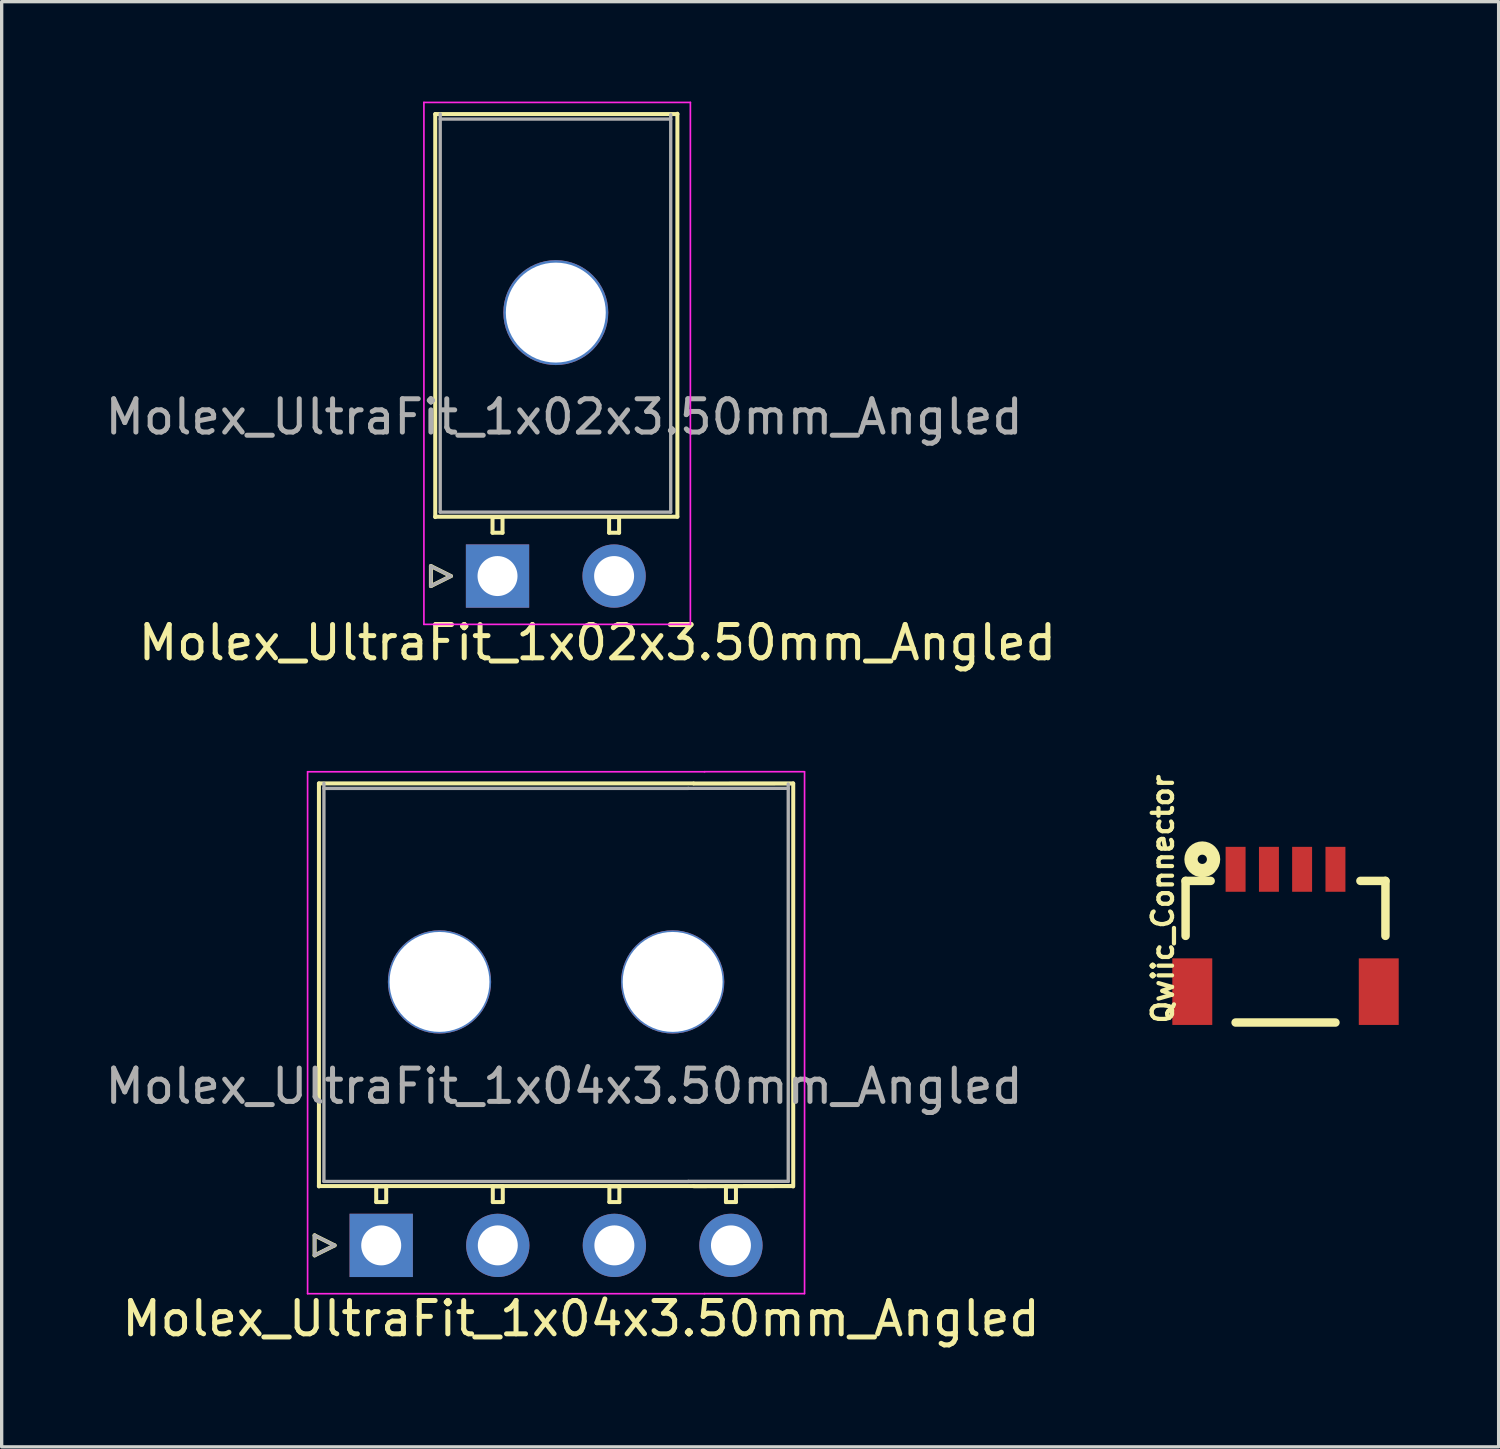
<source format=kicad_pcb>
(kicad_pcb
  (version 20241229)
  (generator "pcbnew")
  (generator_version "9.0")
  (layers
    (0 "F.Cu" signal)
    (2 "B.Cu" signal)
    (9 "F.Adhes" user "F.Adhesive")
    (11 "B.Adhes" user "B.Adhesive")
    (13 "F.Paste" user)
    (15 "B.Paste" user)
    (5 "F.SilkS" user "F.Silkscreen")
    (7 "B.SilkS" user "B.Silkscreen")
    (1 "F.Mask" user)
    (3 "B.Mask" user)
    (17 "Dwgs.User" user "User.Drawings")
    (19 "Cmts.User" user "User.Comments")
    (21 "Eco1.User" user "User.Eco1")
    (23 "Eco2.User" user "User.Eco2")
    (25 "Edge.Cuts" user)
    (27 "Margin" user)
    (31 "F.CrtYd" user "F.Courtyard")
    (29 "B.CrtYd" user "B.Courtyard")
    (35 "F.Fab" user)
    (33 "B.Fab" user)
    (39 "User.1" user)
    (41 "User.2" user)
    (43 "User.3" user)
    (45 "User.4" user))
  (footprint "Qwiic_Connector"
    (layer "F.Cu")
    (at 35.545 23.049)
    (property "Reference" "Qwiic_Connector" (at -3.683 0.889 90) (layer "F.SilkS") (effects (font (size 0.61 0.61) (thickness 0.127))))
    (attr smd)
    (fp_line (start -3 0.348) (end -2.248 0.348) (stroke (width 0.254) (type solid)) (layer "F.SilkS"))
    (fp_line (start -3 1.999) (end -3 0.348) (stroke (width 0.254) (type solid)) (layer "F.SilkS"))
    (fp_line (start -1.499 4.6) (end 1.499 4.6) (stroke (width 0.254) (type solid)) (layer "F.SilkS"))
    (fp_line (start 2.248 0.348) (end 3 0.348) (stroke (width 0.254) (type solid)) (layer "F.SilkS"))
    (fp_line (start 3 0.348) (end 3 1.999) (stroke (width 0.254) (type solid)) (layer "F.SilkS"))
    (fp_circle (center -2.499 -0.3) (end -2.499 -0.439) (stroke (width 0.399) (type solid)) (fill no) (layer "F.SilkS"))
    (pad "1" smd rect (at -1.499 0) (size 0.599 1.349) (layers "F.Cu" "F.Mask" "F.Paste"))
    (pad "2" smd rect (at -0.498 0) (size 0.599 1.349) (layers "F.Cu" "F.Mask" "F.Paste"))
    (pad "3" smd rect (at 0.498 0) (size 0.599 1.349) (layers "F.Cu" "F.Mask" "F.Paste"))
    (pad "4" smd rect (at 1.499 0) (size 0.599 1.349) (layers "F.Cu" "F.Mask" "F.Paste"))
    (pad "NC1" smd rect (at 2.799 3.673) (size 1.199 1.999) (layers "F.Cu" "F.Mask" "F.Paste"))
    (pad "NC2" smd rect (at -2.799 3.673) (size 1.199 1.999) (layers "F.Cu" "F.Mask" "F.Paste")))
  (footprint "Molex_UltraFit_1x02x3.50mm_Angled"
    (layer "F.Cu")
    (at 11.887 14.245)
    (property "Reference" "Molex_UltraFit_1x02x3.50mm_Angled" (at 3 2 0) (layer "F.SilkS") (effects (font (size 1 1) (thickness 0.15))))
    (attr through_hole)
    (fp_line (start -2 -0.3) (end -1.4 0) (stroke (width 0.12) (type solid)) (layer "F.SilkS"))
    (fp_line (start -2 0.3) (end -2 -0.3) (stroke (width 0.12) (type solid)) (layer "F.SilkS"))
    (fp_line (start -1.872 -1.781) (end 5.4 -1.781) (stroke (width 0.12) (type solid)) (layer "F.SilkS"))
    (fp_line (start -1.87 -13.87) (end -1.87 -1.77) (stroke (width 0.12) (type solid)) (layer "F.SilkS"))
    (fp_line (start -1.4 0) (end -2 0.3) (stroke (width 0.12) (type solid)) (layer "F.SilkS"))
    (fp_line (start -0.15 -1.77) (end -0.15 -1.3) (stroke (width 0.12) (type solid)) (layer "F.SilkS"))
    (fp_line (start -0.15 -1.3) (end 0.15 -1.3) (stroke (width 0.12) (type solid)) (layer "F.SilkS"))
    (fp_line (start 0.15 -1.77) (end -0.15 -1.77) (stroke (width 0.12) (type solid)) (layer "F.SilkS"))
    (fp_line (start 0.15 -1.3) (end 0.15 -1.77) (stroke (width 0.12) (type solid)) (layer "F.SilkS"))
    (fp_line (start 3.35 -1.77) (end 3.35 -1.3) (stroke (width 0.12) (type solid)) (layer "F.SilkS"))
    (fp_line (start 3.35 -1.3) (end 3.65 -1.3) (stroke (width 0.12) (type solid)) (layer "F.SilkS"))
    (fp_line (start 3.65 -1.77) (end 3.35 -1.77) (stroke (width 0.12) (type solid)) (layer "F.SilkS"))
    (fp_line (start 3.65 -1.3) (end 3.65 -1.77) (stroke (width 0.12) (type solid)) (layer "F.SilkS"))
    (fp_line (start 5.4 -13.87) (end -1.87 -13.87) (stroke (width 0.12) (type solid)) (layer "F.SilkS"))
    (fp_line (start 5.4 -1.781) (end 5.4 -13.881) (stroke (width 0.12) (type solid)) (layer "F.SilkS"))
    (fp_line (start -2.21 -14.22) (end -2.21 1.45) (stroke (width 0.05) (type solid)) (layer "F.CrtYd"))
    (fp_line (start -2.21 1.45) (end 5.79 1.45) (stroke (width 0.05) (type solid)) (layer "F.CrtYd"))
    (fp_line (start 5.79 -14.22) (end -2.21 -14.22) (stroke (width 0.05) (type solid)) (layer "F.CrtYd"))
    (fp_line (start 5.79 1.45) (end 5.79 -14.22) (stroke (width 0.05) (type solid)) (layer "F.CrtYd"))
    (fp_line (start -2 -0.3) (end -1.4 0) (stroke (width 0.1) (type solid)) (layer "F.Fab"))
    (fp_line (start -2 0.3) (end -2 -0.3) (stroke (width 0.1) (type solid)) (layer "F.Fab"))
    (fp_line (start -1.72 -13.87) (end -1.72 -1.92) (stroke (width 0.1) (type solid)) (layer "F.Fab"))
    (fp_line (start -1.72 -1.92) (end 5.2 -1.92) (stroke (width 0.1) (type solid)) (layer "F.Fab"))
    (fp_line (start -1.4 0) (end -2 0.3) (stroke (width 0.1) (type solid)) (layer "F.Fab"))
    (fp_line (start 5.2 -13.72) (end -1.72 -13.72) (stroke (width 0.1) (type solid)) (layer "F.Fab"))
    (fp_line (start 5.2 -1.92) (end 5.2 -13.85) (stroke (width 0.1) (type solid)) (layer "F.Fab"))
    (fp_text user "${REFERENCE}" (at 2 -4.778 0) (layer "F.Fab") (effects (font (size 1 1) (thickness 0.15))))
    (pad "" np_thru_hole circle (at 1.75 -7.91) (size 3.15 3.15) (drill 3) (layers "*.Cu" "*.Mask"))
    (pad "1" thru_hole rect (at 0 0) (size 1.9 1.9) (drill 1.2) (layers "*.Cu" "*.Mask"))
    (pad "2" thru_hole circle (at 3.5 0) (size 1.9 1.9) (drill 1.2) (layers "*.Cu" "*.Mask")))
  (footprint "Molex_UltraFit_1x04x3.50mm_Angled"
    (layer "F.Cu")
    (at 8.395 34.34)
    (property "Reference" "Molex_UltraFit_1x04x3.50mm_Angled" (at 6 2.2 0) (layer "F.SilkS") (effects (font (size 1 1) (thickness 0.15))))
    (attr through_hole)
    (fp_line (start -2 -0.3) (end -1.4 0) (stroke (width 0.12) (type solid)) (layer "F.SilkS"))
    (fp_line (start -2 0.3) (end -2 -0.3) (stroke (width 0.12) (type solid)) (layer "F.SilkS"))
    (fp_line (start -1.872 -1.781) (end 9.368 -1.781) (stroke (width 0.12) (type solid)) (layer "F.SilkS"))
    (fp_line (start -1.87 -13.87) (end -1.87 -1.77) (stroke (width 0.12) (type solid)) (layer "F.SilkS"))
    (fp_line (start -1.4 0) (end -2 0.3) (stroke (width 0.12) (type solid)) (layer "F.SilkS"))
    (fp_line (start -0.15 -1.77) (end -0.15 -1.3) (stroke (width 0.12) (type solid)) (layer "F.SilkS"))
    (fp_line (start -0.15 -1.3) (end 0.15 -1.3) (stroke (width 0.12) (type solid)) (layer "F.SilkS"))
    (fp_line (start 0.15 -1.77) (end -0.15 -1.77) (stroke (width 0.12) (type solid)) (layer "F.SilkS"))
    (fp_line (start 0.15 -1.3) (end 0.15 -1.77) (stroke (width 0.12) (type solid)) (layer "F.SilkS"))
    (fp_line (start 3.35 -1.77) (end 3.35 -1.3) (stroke (width 0.12) (type solid)) (layer "F.SilkS"))
    (fp_line (start 3.35 -1.3) (end 3.65 -1.3) (stroke (width 0.12) (type solid)) (layer "F.SilkS"))
    (fp_line (start 3.65 -1.77) (end 3.35 -1.77) (stroke (width 0.12) (type solid)) (layer "F.SilkS"))
    (fp_line (start 3.65 -1.3) (end 3.65 -1.77) (stroke (width 0.12) (type solid)) (layer "F.SilkS"))
    (fp_line (start 6.85 -1.77) (end 6.85 -1.3) (stroke (width 0.12) (type solid)) (layer "F.SilkS"))
    (fp_line (start 6.85 -1.3) (end 7.15 -1.3) (stroke (width 0.12) (type solid)) (layer "F.SilkS"))
    (fp_line (start 7.15 -1.77) (end 6.85 -1.77) (stroke (width 0.12) (type solid)) (layer "F.SilkS"))
    (fp_line (start 7.15 -1.3) (end 7.15 -1.77) (stroke (width 0.12) (type solid)) (layer "F.SilkS"))
    (fp_line (start 9.37 -13.87) (end -1.87 -13.87) (stroke (width 0.12) (type solid)) (layer "F.SilkS"))
    (fp_line (start 9.383 -1.778) (end 12.357 -1.781) (stroke (width 0.125) (type solid)) (layer "F.SilkS"))
    (fp_line (start 9.39 -13.866) (end 12.365 -13.868) (stroke (width 0.125) (type solid)) (layer "F.SilkS"))
    (fp_line (start 10.35 -1.77) (end 10.35 -1.3) (stroke (width 0.12) (type solid)) (layer "F.SilkS"))
    (fp_line (start 10.35 -1.3) (end 10.65 -1.3) (stroke (width 0.12) (type solid)) (layer "F.SilkS"))
    (fp_line (start 10.65 -1.77) (end 10.35 -1.77) (stroke (width 0.12) (type solid)) (layer "F.SilkS"))
    (fp_line (start 10.65 -1.3) (end 10.65 -1.77) (stroke (width 0.12) (type solid)) (layer "F.SilkS"))
    (fp_line (start 12.37 -1.77) (end 12.37 -13.87) (stroke (width 0.12) (type solid)) (layer "F.SilkS"))
    (fp_line (start -2.21 -14.22) (end -2.21 1.45) (stroke (width 0.05) (type solid)) (layer "F.CrtYd"))
    (fp_line (start -2.21 1.45) (end 9.71 1.45) (stroke (width 0.05) (type solid)) (layer "F.CrtYd"))
    (fp_line (start 9.703 -14.221) (end 12.705 -14.221) (stroke (width 0.05) (type solid)) (layer "F.CrtYd"))
    (fp_line (start 9.703 1.448) (end 12.705 1.448) (stroke (width 0.05) (type solid)) (layer "F.CrtYd"))
    (fp_line (start 9.71 -14.22) (end -2.21 -14.22) (stroke (width 0.05) (type solid)) (layer "F.CrtYd"))
    (fp_line (start 12.71 1.45) (end 12.71 -14.22) (stroke (width 0.05) (type solid)) (layer "F.CrtYd"))
    (fp_line (start -2 -0.3) (end -1.4 0) (stroke (width 0.1) (type solid)) (layer "F.Fab"))
    (fp_line (start -2 0.3) (end -2 -0.3) (stroke (width 0.1) (type solid)) (layer "F.Fab"))
    (fp_line (start -1.72 -13.87) (end -1.72 -1.92) (stroke (width 0.1) (type solid)) (layer "F.Fab"))
    (fp_line (start -1.72 -1.92) (end 9.22 -1.92) (stroke (width 0.1) (type solid)) (layer "F.Fab"))
    (fp_line (start -1.4 0) (end -2 0.3) (stroke (width 0.1) (type solid)) (layer "F.Fab"))
    (fp_line (start 9.22 -13.72) (end -1.72 -13.72) (stroke (width 0.1) (type solid)) (layer "F.Fab"))
    (fp_line (start 9.223 -13.721) (end 12.22 -13.721) (stroke (width 0.1) (type solid)) (layer "F.Fab"))
    (fp_line (start 9.223 -1.923) (end 12.22 -1.923) (stroke (width 0.1) (type solid)) (layer "F.Fab"))
    (fp_line (start 12.22 -1.92) (end 12.22 -13.85) (stroke (width 0.1) (type solid)) (layer "F.Fab"))
    (fp_text user "${REFERENCE}" (at 5.491 -4.778 0) (layer "F.Fab") (effects (font (size 1 1) (thickness 0.15))))
    (pad "" np_thru_hole circle (at 1.75 -7.91) (size 3.1 3.1) (drill 3) (layers "*.Cu" "*.Mask"))
    (pad "" np_thru_hole circle (at 8.75 -7.91) (size 3.1 3.1) (drill 3) (layers "*.Cu" "*.Mask"))
    (pad "1" thru_hole rect (at 0 0) (size 1.9 1.9) (drill 1.2) (layers "*.Cu" "*.Mask"))
    (pad "2" thru_hole circle (at 3.5 0) (size 1.9 1.9) (drill 1.2) (layers "*.Cu" "*.Mask"))
    (pad "3" thru_hole circle (at 7 0) (size 1.9 1.9) (drill 1.2) (layers "*.Cu" "*.Mask"))
    (pad "4" thru_hole circle (at 10.5 0) (size 1.9 1.9) (drill 1.2) (layers "*.Cu" "*.Mask")))
  (gr_rect
    (start -3 -3)
    (end 41.943 40.388)
    (stroke (width 0.1) (type default))
    (fill no)
    (layer "Edge.Cuts")))
</source>
